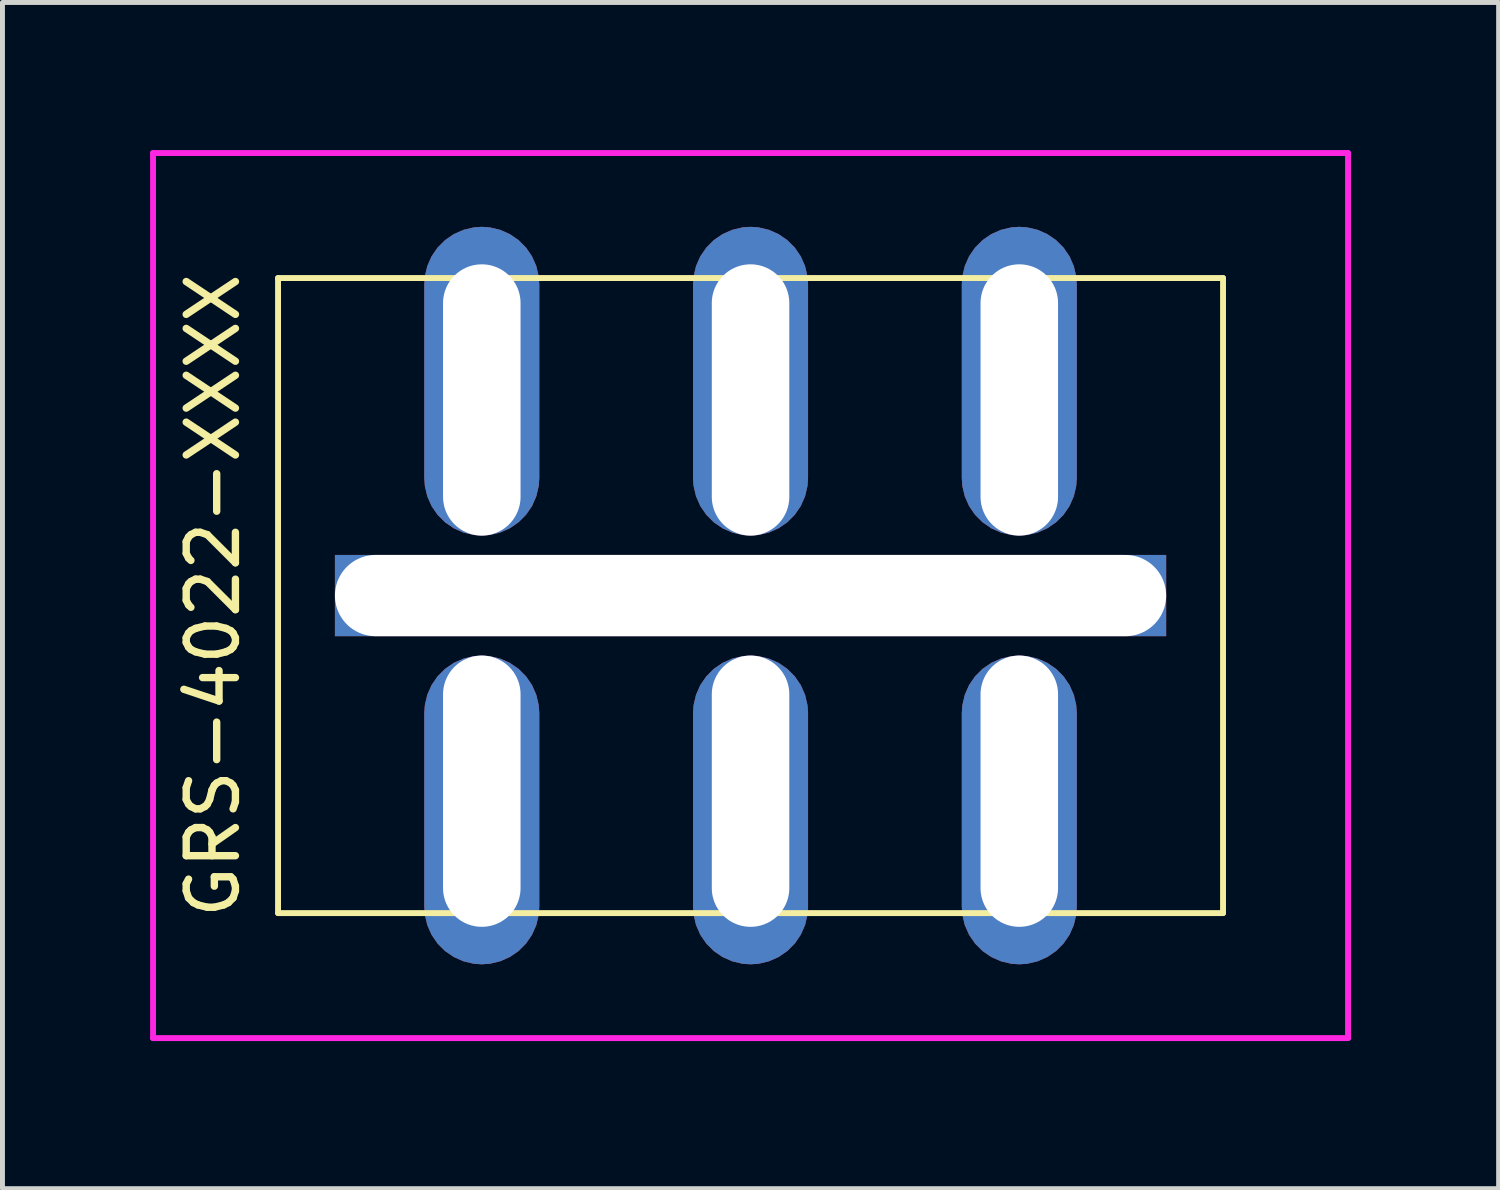
<source format=kicad_pcb>
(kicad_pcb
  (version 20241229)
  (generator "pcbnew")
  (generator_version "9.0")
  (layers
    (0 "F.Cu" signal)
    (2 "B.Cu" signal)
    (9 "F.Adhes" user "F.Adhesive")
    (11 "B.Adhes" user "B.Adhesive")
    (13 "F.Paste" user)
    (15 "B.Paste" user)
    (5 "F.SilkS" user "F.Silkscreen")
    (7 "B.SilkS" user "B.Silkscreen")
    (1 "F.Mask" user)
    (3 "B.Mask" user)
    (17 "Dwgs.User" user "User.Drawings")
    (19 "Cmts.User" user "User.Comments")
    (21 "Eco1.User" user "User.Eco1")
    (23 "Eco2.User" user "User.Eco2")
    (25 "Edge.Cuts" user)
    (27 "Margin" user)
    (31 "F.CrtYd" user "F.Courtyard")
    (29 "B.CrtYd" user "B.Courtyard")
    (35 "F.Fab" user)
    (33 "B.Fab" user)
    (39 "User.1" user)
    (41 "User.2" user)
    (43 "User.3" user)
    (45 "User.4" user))
  (footprint "GRS-4022-XXXX"
    (layer "F.Cu")
    (at 12.201 9.052)
    (property "Reference" "GRS-4022-XXXX" (at -10.922 0 90) (layer "F.SilkS") (effects (font (size 1 1) (thickness 0.15))))
    (attr through_hole)
    (fp_line (start -9.601 -6.452) (end -9.601 6.452) (stroke (width 0.12) (type solid)) (layer "F.SilkS"))
    (fp_line (start -9.601 -6.452) (end 9.601 -6.452) (stroke (width 0.12) (type solid)) (layer "F.SilkS"))
    (fp_line (start -9.601 6.452) (end 9.601 6.452) (stroke (width 0.12) (type solid)) (layer "F.SilkS"))
    (fp_line (start 9.601 -6.452) (end 9.601 6.452) (stroke (width 0.12) (type solid)) (layer "F.SilkS"))
    (fp_line (start -12.141 -8.992) (end -12.141 8.992) (stroke (width 0.12) (type solid)) (layer "F.CrtYd"))
    (fp_line (start -12.141 -8.992) (end 12.141 -8.992) (stroke (width 0.12) (type solid)) (layer "F.CrtYd"))
    (fp_line (start -12.141 8.992) (end 12.141 8.992) (stroke (width 0.12) (type solid)) (layer "F.CrtYd"))
    (fp_line (start 12.141 -8.992) (end 12.141 8.992) (stroke (width 0.12) (type solid)) (layer "F.CrtYd"))
    (pad "" np_thru_hole rect (at 0 0) (size 16.891 1.651) (drill oval 16.891 1.651) (layers "*.Cu" "*.Mask"))
    (pad "1" thru_hole roundrect (at 0 -3.975) (size 2.337 6.274) (drill oval 1.575 5.512 (offset 0 -0.381)) (layers "*.Cu" "*.Mask") (roundrect_rratio 0.5))
    (pad "1a" thru_hole roundrect (at -5.461 -3.975) (size 2.337 6.274) (drill oval 1.575 5.512 (offset 0 -0.381)) (layers "*.Cu" "*.Mask") (roundrect_rratio 0.5))
    (pad "1b" thru_hole roundrect (at 5.461 -3.975) (size 2.337 6.274) (drill oval 1.575 5.512 (offset 0 -0.381)) (layers "*.Cu" "*.Mask") (roundrect_rratio 0.5))
    (pad "2" thru_hole roundrect (at 0 3.975) (size 2.337 6.274) (drill oval 1.575 5.512 (offset 0 0.381)) (layers "*.Cu" "*.Mask") (roundrect_rratio 0.5))
    (pad "2a" thru_hole roundrect (at -5.461 3.975) (size 2.337 6.274) (drill oval 1.575 5.512 (offset 0 0.381)) (layers "*.Cu" "*.Mask") (roundrect_rratio 0.5))
    (pad "2b" thru_hole roundrect (at 5.461 3.975) (size 2.337 6.274) (drill oval 1.575 5.512 (offset 0 0.381)) (layers "*.Cu" "*.Mask") (roundrect_rratio 0.5)))
  (gr_rect
    (start -3 -3)
    (end 27.402 21.103)
    (stroke (width 0.1) (type default))
    (fill no)
    (layer "Edge.Cuts")))
</source>
